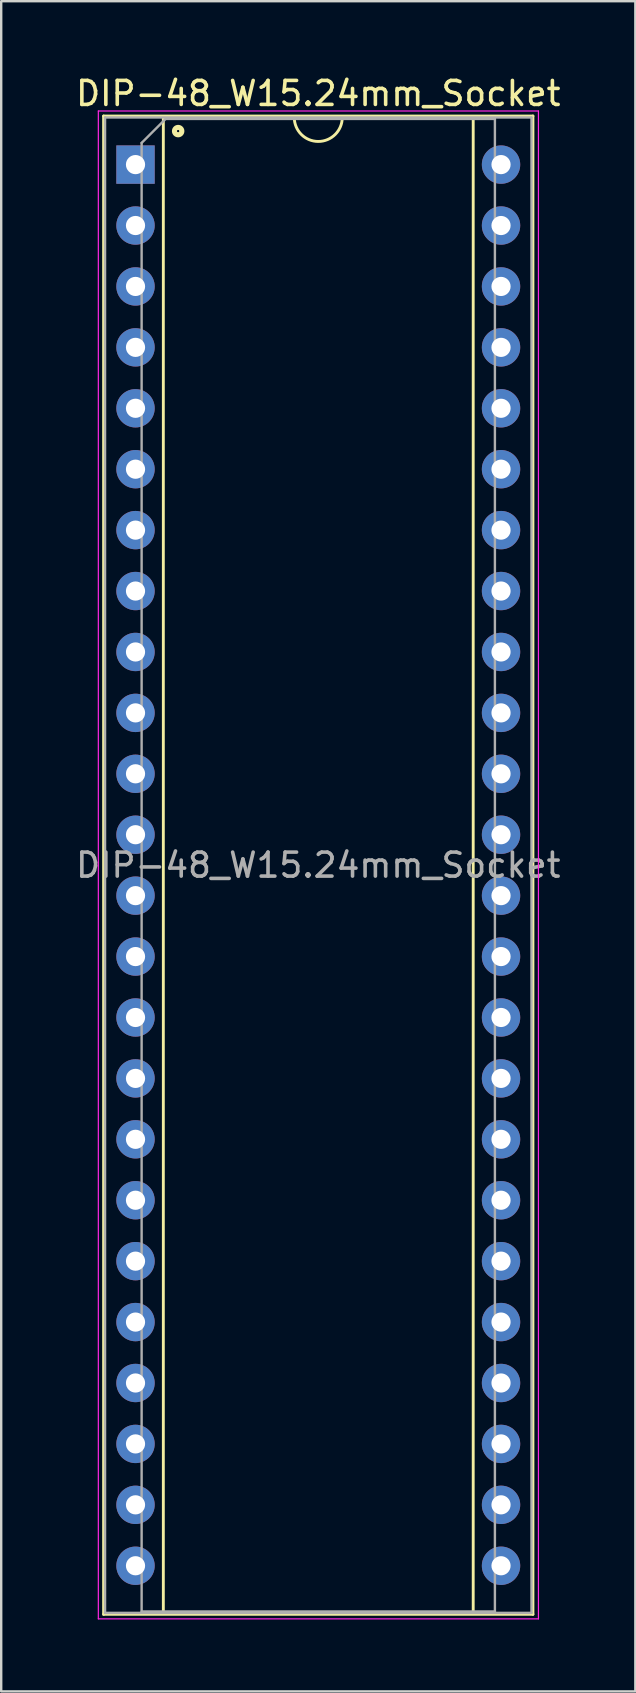
<source format=kicad_pcb>
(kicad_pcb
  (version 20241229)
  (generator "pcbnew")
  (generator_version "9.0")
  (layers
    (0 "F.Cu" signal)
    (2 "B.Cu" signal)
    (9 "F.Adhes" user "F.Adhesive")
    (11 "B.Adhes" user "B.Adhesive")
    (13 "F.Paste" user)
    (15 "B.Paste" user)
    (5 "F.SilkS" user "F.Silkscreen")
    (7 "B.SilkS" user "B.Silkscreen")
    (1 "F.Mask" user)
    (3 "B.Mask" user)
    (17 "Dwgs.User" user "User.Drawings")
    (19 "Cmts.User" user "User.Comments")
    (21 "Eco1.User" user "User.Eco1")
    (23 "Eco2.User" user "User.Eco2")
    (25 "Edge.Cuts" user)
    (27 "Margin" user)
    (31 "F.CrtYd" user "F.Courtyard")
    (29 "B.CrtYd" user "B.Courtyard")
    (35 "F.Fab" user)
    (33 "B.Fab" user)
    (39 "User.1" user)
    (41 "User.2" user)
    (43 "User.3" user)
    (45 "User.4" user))
  (footprint "DIP-48_W15.24mm_Socket"
    (layer "F.Cu")
    (at 2.6 3.813)
    (property "Reference" "DIP-48_W15.24mm_Socket" (at 7.62 -2.965 0) (layer "F.SilkS") (effects (font (size 1 1) (thickness 0.15))))
    (attr through_hole)
    (fp_line (start -1.33 -2.025) (end -1.33 60.445) (stroke (width 0.12) (type solid)) (layer "F.SilkS"))
    (fp_line (start -1.33 60.445) (end 16.57 60.445) (stroke (width 0.12) (type solid)) (layer "F.SilkS"))
    (fp_line (start 1.16 -1.965) (end 1.16 60.385) (stroke (width 0.12) (type solid)) (layer "F.SilkS"))
    (fp_line (start 1.16 60.385) (end 14.08 60.385) (stroke (width 0.12) (type solid)) (layer "F.SilkS"))
    (fp_line (start 6.62 -1.965) (end 1.16 -1.965) (stroke (width 0.12) (type solid)) (layer "F.SilkS"))
    (fp_line (start 14.08 -1.965) (end 8.62 -1.965) (stroke (width 0.12) (type solid)) (layer "F.SilkS"))
    (fp_line (start 14.08 60.385) (end 14.08 -1.965) (stroke (width 0.12) (type solid)) (layer "F.SilkS"))
    (fp_line (start 16.57 -2.025) (end -1.33 -2.025) (stroke (width 0.12) (type solid)) (layer "F.SilkS"))
    (fp_line (start 16.57 60.445) (end 16.57 -2.025) (stroke (width 0.12) (type solid)) (layer "F.SilkS"))
    (fp_arc (start 8.62 -1.965) (mid 7.62 -0.965) (end 6.62 -1.965) (stroke (width 0.12) (type solid)) (layer "F.SilkS"))
    (fp_circle (center 1.778 -1.397) (end 1.828 -1.397) (stroke (width 0.12) (type solid)) (fill no) (layer "F.SilkS"))
    (fp_circle (center 1.778 -1.397) (end 1.903 -1.397) (stroke (width 0.12) (type solid)) (fill no) (layer "F.SilkS"))
    (fp_circle (center 1.778 -1.397) (end 1.978 -1.397) (stroke (width 0.12) (type solid)) (fill no) (layer "F.SilkS"))
    (fp_line (start -1.55 -2.235) (end -1.55 60.635) (stroke (width 0.05) (type solid)) (layer "F.CrtYd"))
    (fp_line (start -1.55 60.635) (end 16.8 60.635) (stroke (width 0.05) (type solid)) (layer "F.CrtYd"))
    (fp_line (start 16.8 -2.235) (end -1.55 -2.235) (stroke (width 0.05) (type solid)) (layer "F.CrtYd"))
    (fp_line (start 16.8 60.635) (end 16.8 -2.235) (stroke (width 0.05) (type solid)) (layer "F.CrtYd"))
    (fp_line (start -1.27 -1.965) (end -1.27 60.385) (stroke (width 0.1) (type solid)) (layer "F.Fab"))
    (fp_line (start -1.27 60.385) (end 16.51 60.385) (stroke (width 0.1) (type solid)) (layer "F.Fab"))
    (fp_line (start 0.255 -0.905) (end 1.255 -1.905) (stroke (width 0.1) (type solid)) (layer "F.Fab"))
    (fp_line (start 0.255 60.325) (end 0.255 -0.905) (stroke (width 0.1) (type solid)) (layer "F.Fab"))
    (fp_line (start 1.255 -1.905) (end 14.985 -1.905) (stroke (width 0.1) (type solid)) (layer "F.Fab"))
    (fp_line (start 14.985 -1.905) (end 14.985 60.325) (stroke (width 0.1) (type solid)) (layer "F.Fab"))
    (fp_line (start 14.985 60.325) (end 0.255 60.325) (stroke (width 0.1) (type solid)) (layer "F.Fab"))
    (fp_line (start 16.51 -1.965) (end -1.27 -1.965) (stroke (width 0.1) (type solid)) (layer "F.Fab"))
    (fp_line (start 16.51 60.385) (end 16.51 -1.965) (stroke (width 0.1) (type solid)) (layer "F.Fab"))
    (fp_text user "${REFERENCE}" (at 7.62 29.21 0) (layer "F.Fab") (effects (font (size 1 1) (thickness 0.15))))
    (pad "1" thru_hole rect (at 0 0) (size 1.6 1.6) (drill 0.8) (layers "*.Cu" "*.Mask"))
    (pad "2" thru_hole oval (at 0 2.54) (size 1.6 1.6) (drill 0.8) (layers "*.Cu" "*.Mask"))
    (pad "3" thru_hole oval (at 0 5.08) (size 1.6 1.6) (drill 0.8) (layers "*.Cu" "*.Mask"))
    (pad "4" thru_hole oval (at 0 7.62) (size 1.6 1.6) (drill 0.8) (layers "*.Cu" "*.Mask"))
    (pad "5" thru_hole oval (at 0 10.16) (size 1.6 1.6) (drill 0.8) (layers "*.Cu" "*.Mask"))
    (pad "6" thru_hole oval (at 0 12.7) (size 1.6 1.6) (drill 0.8) (layers "*.Cu" "*.Mask"))
    (pad "7" thru_hole oval (at 0 15.24) (size 1.6 1.6) (drill 0.8) (layers "*.Cu" "*.Mask"))
    (pad "8" thru_hole oval (at 0 17.78) (size 1.6 1.6) (drill 0.8) (layers "*.Cu" "*.Mask"))
    (pad "9" thru_hole oval (at 0 20.32) (size 1.6 1.6) (drill 0.8) (layers "*.Cu" "*.Mask"))
    (pad "10" thru_hole oval (at 0 22.86) (size 1.6 1.6) (drill 0.8) (layers "*.Cu" "*.Mask"))
    (pad "11" thru_hole oval (at 0 25.4) (size 1.6 1.6) (drill 0.8) (layers "*.Cu" "*.Mask"))
    (pad "12" thru_hole oval (at 0 27.94) (size 1.6 1.6) (drill 0.8) (layers "*.Cu" "*.Mask"))
    (pad "13" thru_hole oval (at 0 30.48) (size 1.6 1.6) (drill 0.8) (layers "*.Cu" "*.Mask"))
    (pad "14" thru_hole oval (at 0 33.02) (size 1.6 1.6) (drill 0.8) (layers "*.Cu" "*.Mask"))
    (pad "15" thru_hole oval (at 0 35.56) (size 1.6 1.6) (drill 0.8) (layers "*.Cu" "*.Mask"))
    (pad "16" thru_hole oval (at 0 38.1) (size 1.6 1.6) (drill 0.8) (layers "*.Cu" "*.Mask"))
    (pad "17" thru_hole oval (at 0 40.64) (size 1.6 1.6) (drill 0.8) (layers "*.Cu" "*.Mask"))
    (pad "18" thru_hole oval (at 0 43.18) (size 1.6 1.6) (drill 0.8) (layers "*.Cu" "*.Mask"))
    (pad "19" thru_hole oval (at 0 45.72) (size 1.6 1.6) (drill 0.8) (layers "*.Cu" "*.Mask"))
    (pad "20" thru_hole oval (at 0 48.26) (size 1.6 1.6) (drill 0.8) (layers "*.Cu" "*.Mask"))
    (pad "21" thru_hole oval (at 0 50.8) (size 1.6 1.6) (drill 0.8) (layers "*.Cu" "*.Mask"))
    (pad "22" thru_hole oval (at 0 53.34) (size 1.6 1.6) (drill 0.8) (layers "*.Cu" "*.Mask"))
    (pad "23" thru_hole oval (at 0 55.88) (size 1.6 1.6) (drill 0.8) (layers "*.Cu" "*.Mask"))
    (pad "24" thru_hole oval (at 0 58.42) (size 1.6 1.6) (drill 0.8) (layers "*.Cu" "*.Mask"))
    (pad "25" thru_hole oval (at 15.24 58.42) (size 1.6 1.6) (drill 0.8) (layers "*.Cu" "*.Mask"))
    (pad "26" thru_hole oval (at 15.24 55.88) (size 1.6 1.6) (drill 0.8) (layers "*.Cu" "*.Mask"))
    (pad "27" thru_hole oval (at 15.24 53.34) (size 1.6 1.6) (drill 0.8) (layers "*.Cu" "*.Mask"))
    (pad "28" thru_hole oval (at 15.24 50.8) (size 1.6 1.6) (drill 0.8) (layers "*.Cu" "*.Mask"))
    (pad "29" thru_hole oval (at 15.24 48.26) (size 1.6 1.6) (drill 0.8) (layers "*.Cu" "*.Mask"))
    (pad "30" thru_hole oval (at 15.24 45.72) (size 1.6 1.6) (drill 0.8) (layers "*.Cu" "*.Mask"))
    (pad "31" thru_hole oval (at 15.24 43.18) (size 1.6 1.6) (drill 0.8) (layers "*.Cu" "*.Mask"))
    (pad "32" thru_hole oval (at 15.24 40.64) (size 1.6 1.6) (drill 0.8) (layers "*.Cu" "*.Mask"))
    (pad "33" thru_hole oval (at 15.24 38.1) (size 1.6 1.6) (drill 0.8) (layers "*.Cu" "*.Mask"))
    (pad "34" thru_hole oval (at 15.24 35.56) (size 1.6 1.6) (drill 0.8) (layers "*.Cu" "*.Mask"))
    (pad "35" thru_hole oval (at 15.24 33.02) (size 1.6 1.6) (drill 0.8) (layers "*.Cu" "*.Mask"))
    (pad "36" thru_hole oval (at 15.24 30.48) (size 1.6 1.6) (drill 0.8) (layers "*.Cu" "*.Mask"))
    (pad "37" thru_hole oval (at 15.24 27.94) (size 1.6 1.6) (drill 0.8) (layers "*.Cu" "*.Mask"))
    (pad "38" thru_hole oval (at 15.24 25.4) (size 1.6 1.6) (drill 0.8) (layers "*.Cu" "*.Mask"))
    (pad "39" thru_hole oval (at 15.24 22.86) (size 1.6 1.6) (drill 0.8) (layers "*.Cu" "*.Mask"))
    (pad "40" thru_hole oval (at 15.24 20.32) (size 1.6 1.6) (drill 0.8) (layers "*.Cu" "*.Mask"))
    (pad "41" thru_hole oval (at 15.24 17.78) (size 1.6 1.6) (drill 0.8) (layers "*.Cu" "*.Mask"))
    (pad "42" thru_hole oval (at 15.24 15.24) (size 1.6 1.6) (drill 0.8) (layers "*.Cu" "*.Mask"))
    (pad "43" thru_hole oval (at 15.24 12.7) (size 1.6 1.6) (drill 0.8) (layers "*.Cu" "*.Mask"))
    (pad "44" thru_hole oval (at 15.24 10.16) (size 1.6 1.6) (drill 0.8) (layers "*.Cu" "*.Mask"))
    (pad "45" thru_hole oval (at 15.24 7.62) (size 1.6 1.6) (drill 0.8) (layers "*.Cu" "*.Mask"))
    (pad "46" thru_hole oval (at 15.24 5.08) (size 1.6 1.6) (drill 0.8) (layers "*.Cu" "*.Mask"))
    (pad "47" thru_hole oval (at 15.24 2.54) (size 1.6 1.6) (drill 0.8) (layers "*.Cu" "*.Mask"))
    (pad "48" thru_hole oval (at 15.24 0) (size 1.6 1.6) (drill 0.8) (layers "*.Cu" "*.Mask")))
  (gr_rect
    (start -3 -3)
    (end 23.44 67.473)
    (stroke (width 0.1) (type default))
    (fill no)
    (layer "Edge.Cuts")))
</source>
